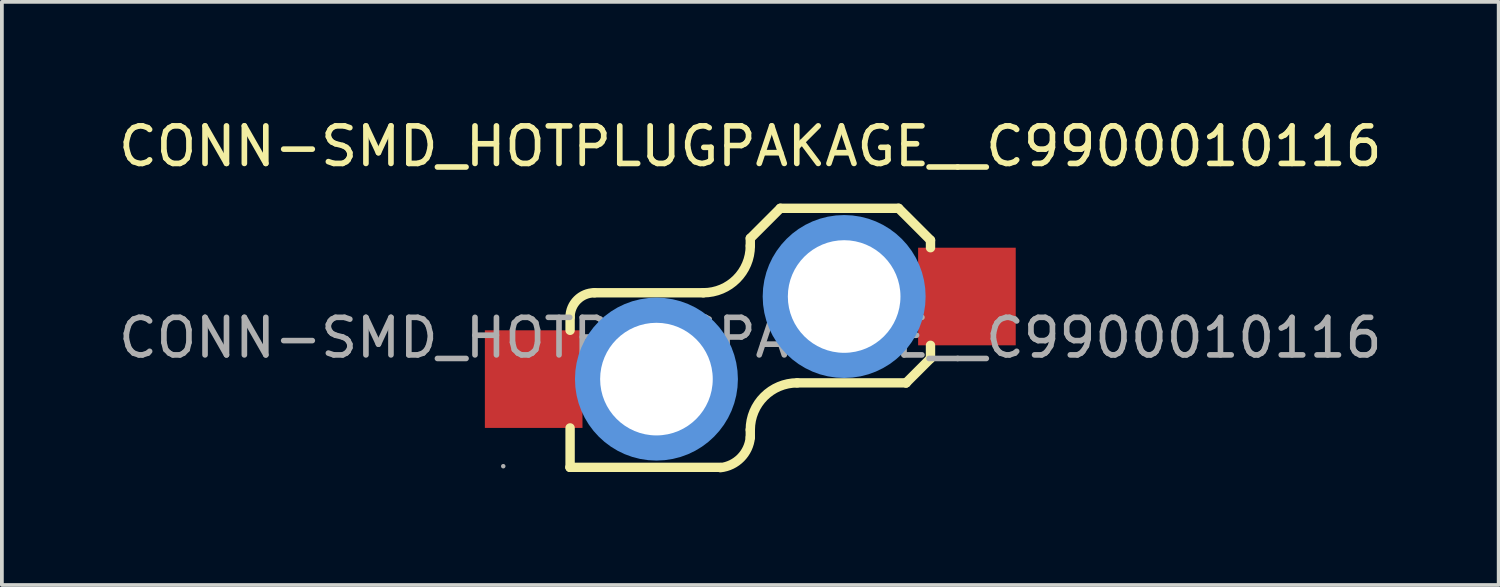
<source format=kicad_pcb>
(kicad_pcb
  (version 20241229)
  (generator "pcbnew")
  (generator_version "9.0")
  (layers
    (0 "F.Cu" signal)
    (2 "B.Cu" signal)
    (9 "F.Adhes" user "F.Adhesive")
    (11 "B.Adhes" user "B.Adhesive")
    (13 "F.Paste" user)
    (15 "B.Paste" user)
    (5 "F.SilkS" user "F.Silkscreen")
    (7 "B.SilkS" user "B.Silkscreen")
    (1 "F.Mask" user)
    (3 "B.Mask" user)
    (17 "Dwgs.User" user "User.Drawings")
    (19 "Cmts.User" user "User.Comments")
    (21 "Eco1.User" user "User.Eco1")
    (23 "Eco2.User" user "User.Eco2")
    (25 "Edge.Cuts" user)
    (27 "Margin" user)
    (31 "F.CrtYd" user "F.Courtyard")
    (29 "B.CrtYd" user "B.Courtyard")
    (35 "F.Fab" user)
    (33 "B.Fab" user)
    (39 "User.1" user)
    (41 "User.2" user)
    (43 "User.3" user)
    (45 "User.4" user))
  (footprint "CONN-SMD_HOTPLUGPAKAGE__C9900010116"
    (layer "F.Cu")
    (at 16.935 5.948)
    (property "Reference" "CONN-SMD_HOTPLUGPAKAGE__C9900010116" (at 0 -5.1 0) (layer "F.SilkS") (effects (font (size 1 1) (thickness 0.15))))
    (attr smd)
    (fp_line (start -4.8 -0.55) (end -4.8 -0.2) (stroke (width 0.25) (type solid)) (layer "F.SilkS"))
    (fp_line (start -4.8 2.4) (end -4.8 3.45) (stroke (width 0.25) (type solid)) (layer "F.SilkS"))
    (fp_line (start -4.8 3.45) (end -4.8 3.45) (stroke (width 0.25) (type solid)) (layer "F.SilkS"))
    (fp_line (start -4.8 3.45) (end -0.8 3.45) (stroke (width 0.25) (type solid)) (layer "F.SilkS"))
    (fp_line (start -1.25 -1.2) (end -4.15 -1.2) (stroke (width 0.25) (type solid)) (layer "F.SilkS"))
    (fp_line (start 0 -2.65) (end 0 -2.45) (stroke (width 0.25) (type solid)) (layer "F.SilkS"))
    (fp_line (start 0 2.65) (end 0 2.45) (stroke (width 0.25) (type solid)) (layer "F.SilkS"))
    (fp_line (start 0.8 -3.45) (end 0 -2.65) (stroke (width 0.25) (type solid)) (layer "F.SilkS"))
    (fp_line (start 1.25 1.2) (end 4.15 1.2) (stroke (width 0.25) (type solid)) (layer "F.SilkS"))
    (fp_line (start 3.95 -3.45) (end 0.8 -3.45) (stroke (width 0.25) (type solid)) (layer "F.SilkS"))
    (fp_line (start 4.15 1.2) (end 4.15 1.2) (stroke (width 0.25) (type solid)) (layer "F.SilkS"))
    (fp_line (start 4.8 -2.6) (end 3.95 -3.45) (stroke (width 0.25) (type solid)) (layer "F.SilkS"))
    (fp_line (start 4.8 -2.4) (end 4.8 -2.6) (stroke (width 0.25) (type solid)) (layer "F.SilkS"))
    (fp_line (start 4.8 0.55) (end 4.15 1.2) (stroke (width 0.25) (type solid)) (layer "F.SilkS"))
    (fp_line (start 4.8 0.55) (end 4.8 0.2) (stroke (width 0.25) (type solid)) (layer "F.SilkS"))
    (fp_arc (start -4.8 -0.55) (mid -4.609619 -1.009619) (end -4.15 -1.2) (stroke (width 0.25) (type solid)) (layer "F.SilkS"))
    (fp_arc (start 0 -2.45) (mid -0.366117 -1.566117) (end -1.25 -1.2) (stroke (width 0.25) (type solid)) (layer "F.SilkS"))
    (fp_arc (start 0 2.45) (mid 0.366117 1.566117) (end 1.25 1.2) (stroke (width 0.25) (type solid)) (layer "F.SilkS"))
    (fp_arc (start 0 2.65) (mid -0.253757 3.197451) (end -0.797624 3.458801) (stroke (width 0.25) (type solid)) (layer "F.SilkS"))
    (fp_circle (center -2.5 1.1) (end -1.78 1.1) (stroke (width 1.45) (type solid)) (fill no) (layer "Cmts.User"))
    (fp_circle (center 2.5 -1.1) (end 3.22 -1.1) (stroke (width 1.45) (type solid)) (fill no) (layer "Cmts.User"))
    (fp_circle (center -6.58 3.42) (end -6.55 3.42) (stroke (width 0.06) (type solid)) (fill no) (layer "F.Fab"))
    (fp_text user "${REFERENCE}" (at 0 0 0) (layer "F.Fab") (effects (font (size 1 1) (thickness 0.15))))
    (pad "" thru_hole circle (at -2.5 1.1) (size 3 3) (drill 3) (layers "*.Cu" "*.Mask"))
    (pad "" thru_hole circle (at 2.5 -1.1) (size 3 3) (drill 3) (layers "*.Cu" "*.Mask"))
    (pad "1" smd rect (at -5.77 1.1) (size 2.6 2.6) (layers "F.Cu" "F.Mask" "F.Paste"))
    (pad "2" smd rect (at 5.77 -1.1) (size 2.6 2.6) (layers "F.Cu" "F.Mask" "F.Paste")))
  (gr_rect
    (start -3 -3)
    (end 36.869 12.532)
    (stroke (width 0.1) (type default))
    (fill no)
    (layer "Edge.Cuts")))
</source>
